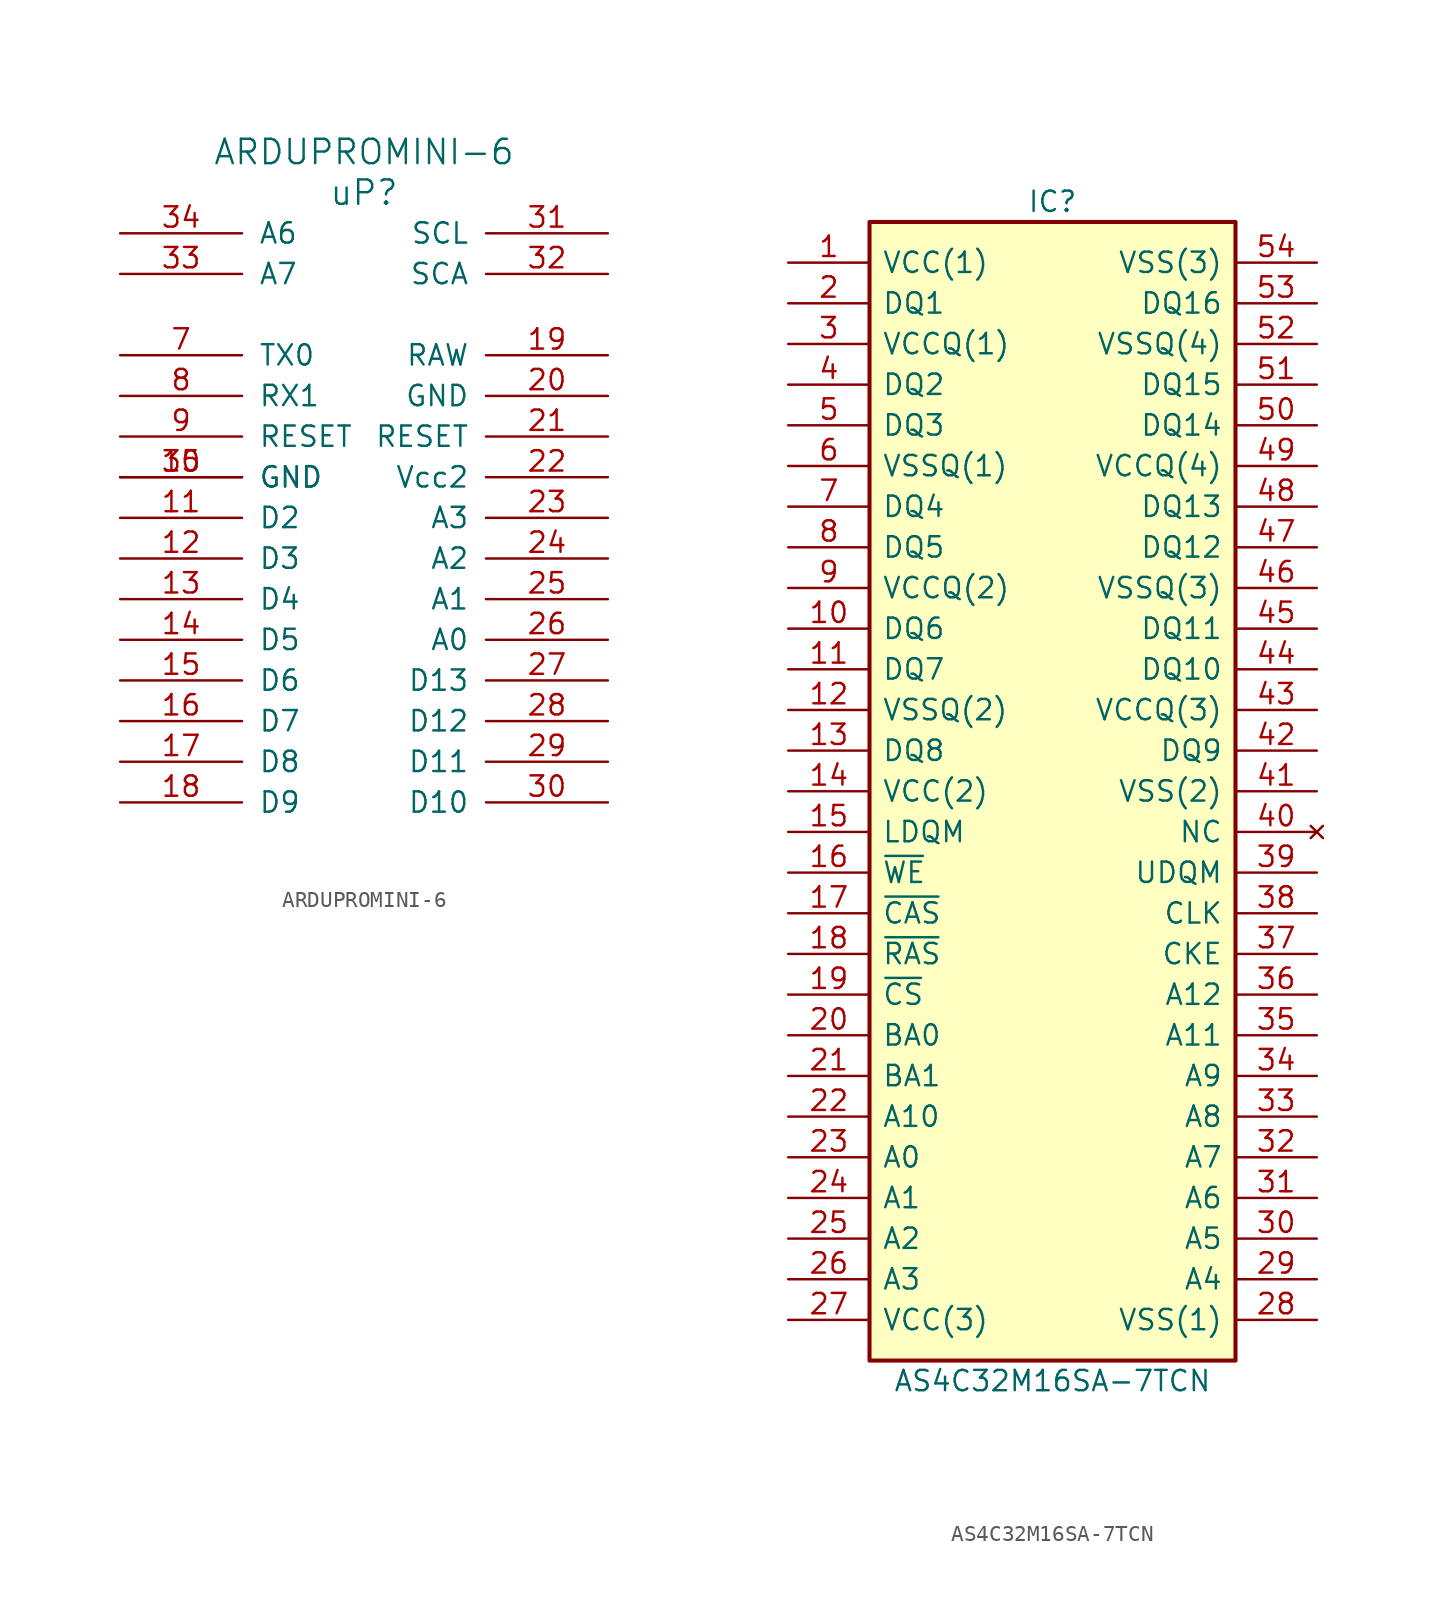
<source format=kicad_sym>
(kicad_symbol_lib
  (version 20220914)
  (generator kicad_symbol_editor)
  (symbol "ARDUPROMINI-6"
    (pin_names
      (offset 1.016))
    (property "Reference" "uP"
      (at 0 2.54 0)
      (effects (font (size 1.524 1.524))))
    (property "Value" "ARDUPROMINI-6"
      (at 0 5.08 0)
      (effects (font (size 1.524 1.524))))
    (property "Footprint" ""
      (at 0 5.08 0)
      (effects (font (size 1.524 1.524))))
    (property "Datasheet" ""
      (at 0 5.08 0)
      (effects (font (size 1.524 1.524))))
    (symbol "ARDUPROMINI-6_1_1"
      (pin unspecified line (at -15.24 -15.24 0) (length 7.62) (name "GND" (effects (font (size 1.27 1.27)))) (number "10" (effects (font (size 1.27 1.27)))))
      (pin bidirectional line (at -15.24 -17.78 0) (length 7.62) (name "D2" (effects (font (size 1.27 1.27)))) (number "11" (effects (font (size 1.27 1.27)))))
      (pin bidirectional line (at -15.24 -20.32 0) (length 7.62) (name "D3" (effects (font (size 1.27 1.27)))) (number "12" (effects (font (size 1.27 1.27)))))
      (pin bidirectional line (at -15.24 -22.86 0) (length 7.62) (name "D4" (effects (font (size 1.27 1.27)))) (number "13" (effects (font (size 1.27 1.27)))))
      (pin bidirectional line (at -15.24 -25.4 0) (length 7.62) (name "D5" (effects (font (size 1.27 1.27)))) (number "14" (effects (font (size 1.27 1.27)))))
      (pin bidirectional line (at -15.24 -27.94 0) (length 7.62) (name "D6" (effects (font (size 1.27 1.27)))) (number "15" (effects (font (size 1.27 1.27)))))
      (pin bidirectional line (at -15.24 -30.48 0) (length 7.62) (name "D7" (effects (font (size 1.27 1.27)))) (number "16" (effects (font (size 1.27 1.27)))))
      (pin bidirectional line (at -15.24 -33.02 0) (length 7.62) (name "D8" (effects (font (size 1.27 1.27)))) (number "17" (effects (font (size 1.27 1.27)))))
      (pin bidirectional line (at -15.24 -35.56 0) (length 7.62) (name "D9" (effects (font (size 1.27 1.27)))) (number "18" (effects (font (size 1.27 1.27)))))
      (pin unspecified line (at 15.24 -7.62 180) (length 7.62) (name "RAW" (effects (font (size 1.27 1.27)))) (number "19" (effects (font (size 1.27 1.27)))))
      (pin unspecified line (at 15.24 -10.16 180) (length 7.62) (name "GND" (effects (font (size 1.27 1.27)))) (number "20" (effects (font (size 1.27 1.27)))))
      (pin input line (at 15.24 -12.7 180) (length 7.62) (name "RESET" (effects (font (size 1.27 1.27)))) (number "21" (effects (font (size 1.27 1.27)))))
      (pin unspecified line (at 15.24 -15.24 180) (length 7.62) (name "Vcc2" (effects (font (size 1.27 1.27)))) (number "22" (effects (font (size 1.27 1.27)))))
      (pin bidirectional line (at 15.24 -17.78 180) (length 7.62) (name "A3" (effects (font (size 1.27 1.27)))) (number "23" (effects (font (size 1.27 1.27)))))
      (pin bidirectional line (at 15.24 -20.32 180) (length 7.62) (name "A2" (effects (font (size 1.27 1.27)))) (number "24" (effects (font (size 1.27 1.27)))))
      (pin bidirectional line (at 15.24 -22.86 180) (length 7.62) (name "A1" (effects (font (size 1.27 1.27)))) (number "25" (effects (font (size 1.27 1.27)))))
      (pin bidirectional line (at 15.24 -25.4 180) (length 7.62) (name "A0" (effects (font (size 1.27 1.27)))) (number "26" (effects (font (size 1.27 1.27)))))
      (pin bidirectional line (at 15.24 -27.94 180) (length 7.62) (name "D13" (effects (font (size 1.27 1.27)))) (number "27" (effects (font (size 1.27 1.27)))))
      (pin input line (at 15.24 -30.48 180) (length 7.62) (name "D12" (effects (font (size 1.27 1.27)))) (number "28" (effects (font (size 1.27 1.27)))))
      (pin bidirectional line (at 15.24 -33.02 180) (length 7.62) (name "D11" (effects (font (size 1.27 1.27)))) (number "29" (effects (font (size 1.27 1.27)))))
      (pin bidirectional line (at 15.24 -35.56 180) (length 7.62) (name "D10" (effects (font (size 1.27 1.27)))) (number "30" (effects (font (size 1.27 1.27)))))
      (pin bidirectional line (at 15.24 0 180) (length 7.62) (name "SCL" (effects (font (size 1.27 1.27)))) (number "31" (effects (font (size 1.27 1.27)))))
      (pin bidirectional line (at 15.24 -2.54 180) (length 7.62) (name "SCA" (effects (font (size 1.27 1.27)))) (number "32" (effects (font (size 1.27 1.27)))))
      (pin bidirectional line (at -15.24 -2.54 0) (length 7.62) (name "A7" (effects (font (size 1.27 1.27)))) (number "33" (effects (font (size 1.27 1.27)))))
      (pin bidirectional line (at -15.24 0 0) (length 7.62) (name "A6" (effects (font (size 1.27 1.27)))) (number "34" (effects (font (size 1.27 1.27)))))
      (pin unspecified line (at -15.24 -15.24 0) (length 7.62) (name "GND" (effects (font (size 1.27 1.27)))) (number "35" (effects (font (size 1.27 1.27)))))
      (pin bidirectional line (at -15.24 -7.62 0) (length 7.62) (name "TX0" (effects (font (size 1.27 1.27)))) (number "7" (effects (font (size 1.27 1.27)))))
      (pin bidirectional line (at -15.24 -10.16 0) (length 7.62) (name "RX1" (effects (font (size 1.27 1.27)))) (number "8" (effects (font (size 1.27 1.27)))))
      (pin input line (at -15.24 -12.7 0) (length 7.62) (name "RESET" (effects (font (size 1.27 1.27)))) (number "9" (effects (font (size 1.27 1.27)))))))
  (symbol "AS4C32M16SA-7TCN"
    (pin_names
      (offset 0.762))
    (property "Reference" "IC"
      (at 16.51 74.93 0)
      (effects (font (size 1.27 1.27))))
    (property "Value" "AS4C32M16SA-7TCN"
      (at 16.51 1.27 0)
      (effects (font (size 1.27 1.27))))
    (symbol "AS4C32M16SA-7TCN_0_0"
      (rectangle (start 5.08 73.66) (end 27.94 2.54) (stroke (width 0.254) (type default)) (fill (type background)))
      (pin power_in line (at 0 71.12 0) (length 5.08) (name "VCC(1)" (effects (font (size 1.27 1.27)))) (number "1" (effects (font (size 1.27 1.27)))))
      (pin bidirectional line (at 0 48.26 0) (length 5.08) (name "DQ6" (effects (font (size 1.27 1.27)))) (number "10" (effects (font (size 1.27 1.27)))))
      (pin bidirectional line (at 0 45.72 0) (length 5.08) (name "DQ7" (effects (font (size 1.27 1.27)))) (number "11" (effects (font (size 1.27 1.27)))))
      (pin passive line (at 0 43.18 0) (length 5.08) (name "VSSQ(2)" (effects (font (size 1.27 1.27)))) (number "12" (effects (font (size 1.27 1.27)))))
      (pin bidirectional line (at 0 40.64 0) (length 5.08) (name "DQ8" (effects (font (size 1.27 1.27)))) (number "13" (effects (font (size 1.27 1.27)))))
      (pin power_in line (at 0 38.1 0) (length 5.08) (name "VCC(2)" (effects (font (size 1.27 1.27)))) (number "14" (effects (font (size 1.27 1.27)))))
      (pin input line (at 0 35.56 0) (length 5.08) (name "LDQM" (effects (font (size 1.27 1.27)))) (number "15" (effects (font (size 1.27 1.27)))))
      (pin input line (at 0 33.02 0) (length 5.08) (name "~{WE}" (effects (font (size 1.27 1.27)))) (number "16" (effects (font (size 1.27 1.27)))))
      (pin input line (at 0 30.48 0) (length 5.08) (name "~{CAS}" (effects (font (size 1.27 1.27)))) (number "17" (effects (font (size 1.27 1.27)))))
      (pin input line (at 0 27.94 0) (length 5.08) (name "~{RAS}" (effects (font (size 1.27 1.27)))) (number "18" (effects (font (size 1.27 1.27)))))
      (pin input line (at 0 25.4 0) (length 5.08) (name "~{CS}" (effects (font (size 1.27 1.27)))) (number "19" (effects (font (size 1.27 1.27)))))
      (pin bidirectional line (at 0 68.58 0) (length 5.08) (name "DQ1" (effects (font (size 1.27 1.27)))) (number "2" (effects (font (size 1.27 1.27)))))
      (pin input line (at 0 22.86 0) (length 5.08) (name "BA0" (effects (font (size 1.27 1.27)))) (number "20" (effects (font (size 1.27 1.27)))))
      (pin input line (at 0 20.32 0) (length 5.08) (name "BA1" (effects (font (size 1.27 1.27)))) (number "21" (effects (font (size 1.27 1.27)))))
      (pin input line (at 0 17.78 0) (length 5.08) (name "A10" (effects (font (size 1.27 1.27)))) (number "22" (effects (font (size 1.27 1.27)))))
      (pin input line (at 0 15.24 0) (length 5.08) (name "A0" (effects (font (size 1.27 1.27)))) (number "23" (effects (font (size 1.27 1.27)))))
      (pin input line (at 0 12.7 0) (length 5.08) (name "A1" (effects (font (size 1.27 1.27)))) (number "24" (effects (font (size 1.27 1.27)))))
      (pin input line (at 0 10.16 0) (length 5.08) (name "A2" (effects (font (size 1.27 1.27)))) (number "25" (effects (font (size 1.27 1.27)))))
      (pin input line (at 0 7.62 0) (length 5.08) (name "A3" (effects (font (size 1.27 1.27)))) (number "26" (effects (font (size 1.27 1.27)))))
      (pin power_in line (at 0 5.08 0) (length 5.08) (name "VCC(3)" (effects (font (size 1.27 1.27)))) (number "27" (effects (font (size 1.27 1.27)))))
      (pin passive line (at 33.02 5.08 180) (length 5.08) (name "VSS(1)" (effects (font (size 1.27 1.27)))) (number "28" (effects (font (size 1.27 1.27)))))
      (pin input line (at 33.02 7.62 180) (length 5.08) (name "A4" (effects (font (size 1.27 1.27)))) (number "29" (effects (font (size 1.27 1.27)))))
      (pin power_in line (at 0 66.04 0) (length 5.08) (name "VCCQ(1)" (effects (font (size 1.27 1.27)))) (number "3" (effects (font (size 1.27 1.27)))))
      (pin input line (at 33.02 10.16 180) (length 5.08) (name "A5" (effects (font (size 1.27 1.27)))) (number "30" (effects (font (size 1.27 1.27)))))
      (pin input line (at 33.02 12.7 180) (length 5.08) (name "A6" (effects (font (size 1.27 1.27)))) (number "31" (effects (font (size 1.27 1.27)))))
      (pin input line (at 33.02 15.24 180) (length 5.08) (name "A7" (effects (font (size 1.27 1.27)))) (number "32" (effects (font (size 1.27 1.27)))))
      (pin input line (at 33.02 17.78 180) (length 5.08) (name "A8" (effects (font (size 1.27 1.27)))) (number "33" (effects (font (size 1.27 1.27)))))
      (pin input line (at 33.02 20.32 180) (length 5.08) (name "A9" (effects (font (size 1.27 1.27)))) (number "34" (effects (font (size 1.27 1.27)))))
      (pin input line (at 33.02 22.86 180) (length 5.08) (name "A11" (effects (font (size 1.27 1.27)))) (number "35" (effects (font (size 1.27 1.27)))))
      (pin input line (at 33.02 25.4 180) (length 5.08) (name "A12" (effects (font (size 1.27 1.27)))) (number "36" (effects (font (size 1.27 1.27)))))
      (pin input line (at 33.02 27.94 180) (length 5.08) (name "CKE" (effects (font (size 1.27 1.27)))) (number "37" (effects (font (size 1.27 1.27)))))
      (pin input line (at 33.02 30.48 180) (length 5.08) (name "CLK" (effects (font (size 1.27 1.27)))) (number "38" (effects (font (size 1.27 1.27)))))
      (pin input line (at 33.02 33.02 180) (length 5.08) (name "UDQM" (effects (font (size 1.27 1.27)))) (number "39" (effects (font (size 1.27 1.27)))))
      (pin bidirectional line (at 0 63.5 0) (length 5.08) (name "DQ2" (effects (font (size 1.27 1.27)))) (number "4" (effects (font (size 1.27 1.27)))))
      (pin no_connect line (at 33.02 35.56 180) (length 5.08) (name "NC" (effects (font (size 1.27 1.27)))) (number "40" (effects (font (size 1.27 1.27)))))
      (pin passive line (at 33.02 38.1 180) (length 5.08) (name "VSS(2)" (effects (font (size 1.27 1.27)))) (number "41" (effects (font (size 1.27 1.27)))))
      (pin bidirectional line (at 33.02 40.64 180) (length 5.08) (name "DQ9" (effects (font (size 1.27 1.27)))) (number "42" (effects (font (size 1.27 1.27)))))
      (pin power_in line (at 33.02 43.18 180) (length 5.08) (name "VCCQ(3)" (effects (font (size 1.27 1.27)))) (number "43" (effects (font (size 1.27 1.27)))))
      (pin bidirectional line (at 33.02 45.72 180) (length 5.08) (name "DQ10" (effects (font (size 1.27 1.27)))) (number "44" (effects (font (size 1.27 1.27)))))
      (pin bidirectional line (at 33.02 48.26 180) (length 5.08) (name "DQ11" (effects (font (size 1.27 1.27)))) (number "45" (effects (font (size 1.27 1.27)))))
      (pin passive line (at 33.02 50.8 180) (length 5.08) (name "VSSQ(3)" (effects (font (size 1.27 1.27)))) (number "46" (effects (font (size 1.27 1.27)))))
      (pin bidirectional line (at 33.02 53.34 180) (length 5.08) (name "DQ12" (effects (font (size 1.27 1.27)))) (number "47" (effects (font (size 1.27 1.27)))))
      (pin bidirectional line (at 33.02 55.88 180) (length 5.08) (name "DQ13" (effects (font (size 1.27 1.27)))) (number "48" (effects (font (size 1.27 1.27)))))
      (pin power_in line (at 33.02 58.42 180) (length 5.08) (name "VCCQ(4)" (effects (font (size 1.27 1.27)))) (number "49" (effects (font (size 1.27 1.27)))))
      (pin bidirectional line (at 0 60.96 0) (length 5.08) (name "DQ3" (effects (font (size 1.27 1.27)))) (number "5" (effects (font (size 1.27 1.27)))))
      (pin bidirectional line (at 33.02 60.96 180) (length 5.08) (name "DQ14" (effects (font (size 1.27 1.27)))) (number "50" (effects (font (size 1.27 1.27)))))
      (pin bidirectional line (at 33.02 63.5 180) (length 5.08) (name "DQ15" (effects (font (size 1.27 1.27)))) (number "51" (effects (font (size 1.27 1.27)))))
      (pin passive line (at 33.02 66.04 180) (length 5.08) (name "VSSQ(4)" (effects (font (size 1.27 1.27)))) (number "52" (effects (font (size 1.27 1.27)))))
      (pin bidirectional line (at 33.02 68.58 180) (length 5.08) (name "DQ16" (effects (font (size 1.27 1.27)))) (number "53" (effects (font (size 1.27 1.27)))))
      (pin passive line (at 33.02 71.12 180) (length 5.08) (name "VSS(3)" (effects (font (size 1.27 1.27)))) (number "54" (effects (font (size 1.27 1.27)))))
      (pin passive line (at 0 58.42 0) (length 5.08) (name "VSSQ(1)" (effects (font (size 1.27 1.27)))) (number "6" (effects (font (size 1.27 1.27)))))
      (pin bidirectional line (at 0 55.88 0) (length 5.08) (name "DQ4" (effects (font (size 1.27 1.27)))) (number "7" (effects (font (size 1.27 1.27)))))
      (pin bidirectional line (at 0 53.34 0) (length 5.08) (name "DQ5" (effects (font (size 1.27 1.27)))) (number "8" (effects (font (size 1.27 1.27)))))
      (pin power_in line (at 0 50.8 0) (length 5.08) (name "VCCQ(2)" (effects (font (size 1.27 1.27)))) (number "9" (effects (font (size 1.27 1.27))))))))
</source>
